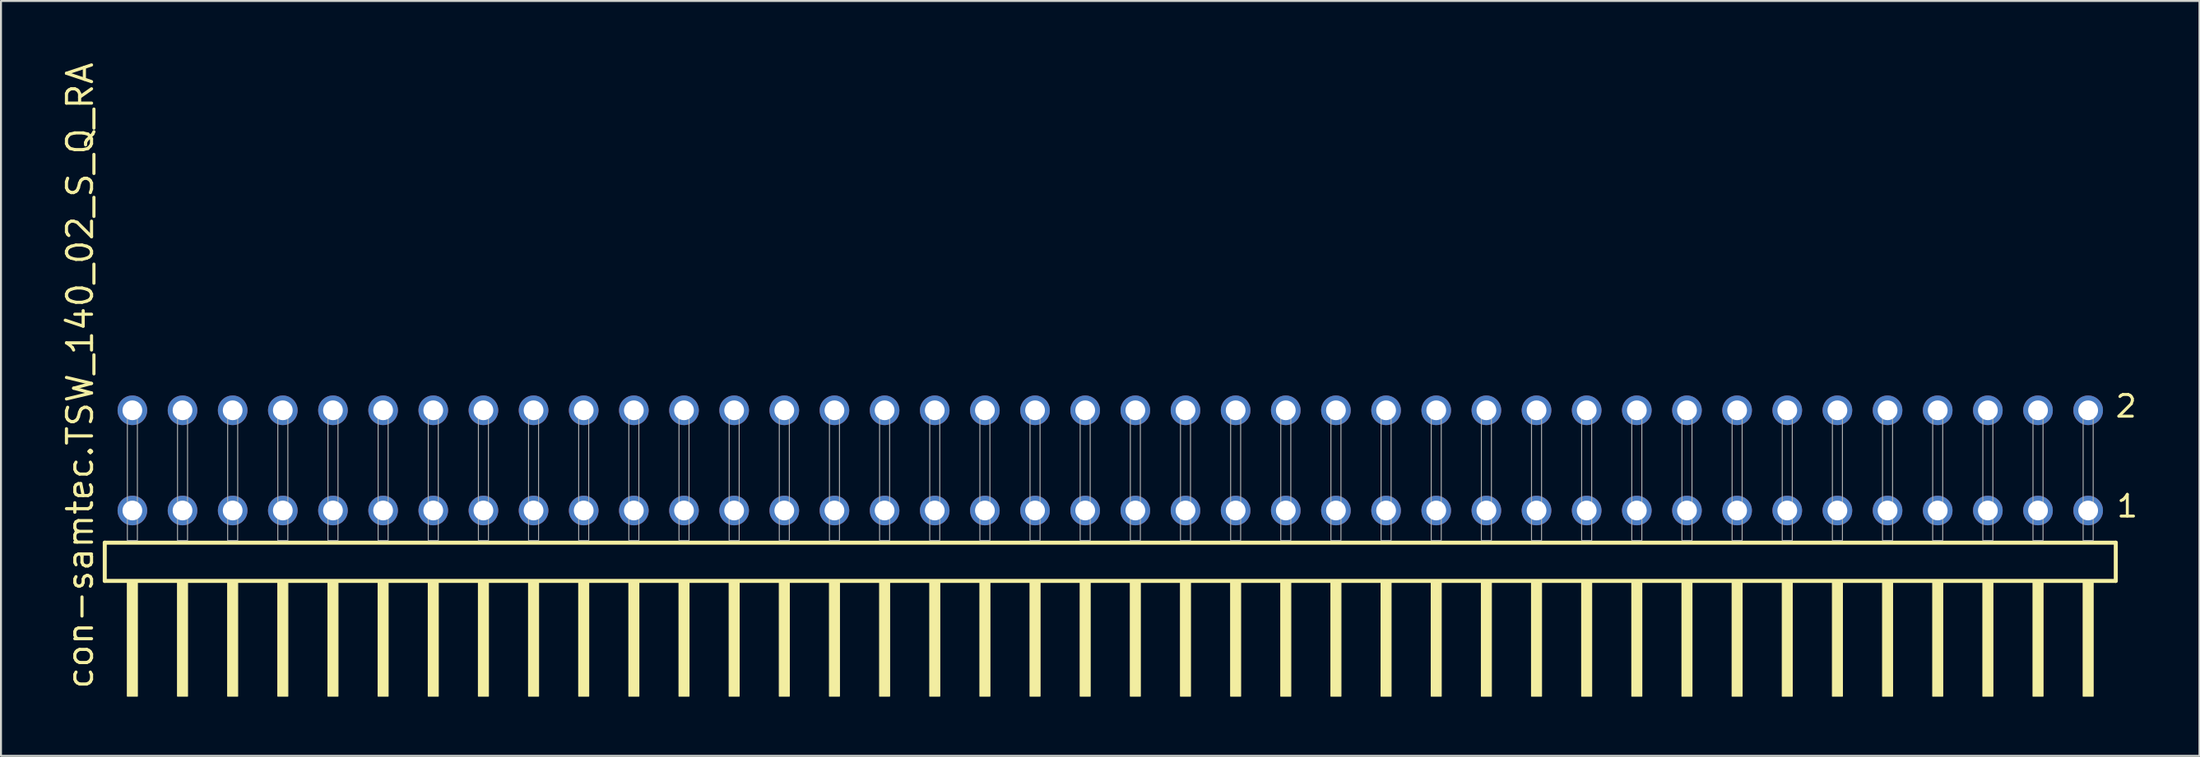
<source format=kicad_pcb>
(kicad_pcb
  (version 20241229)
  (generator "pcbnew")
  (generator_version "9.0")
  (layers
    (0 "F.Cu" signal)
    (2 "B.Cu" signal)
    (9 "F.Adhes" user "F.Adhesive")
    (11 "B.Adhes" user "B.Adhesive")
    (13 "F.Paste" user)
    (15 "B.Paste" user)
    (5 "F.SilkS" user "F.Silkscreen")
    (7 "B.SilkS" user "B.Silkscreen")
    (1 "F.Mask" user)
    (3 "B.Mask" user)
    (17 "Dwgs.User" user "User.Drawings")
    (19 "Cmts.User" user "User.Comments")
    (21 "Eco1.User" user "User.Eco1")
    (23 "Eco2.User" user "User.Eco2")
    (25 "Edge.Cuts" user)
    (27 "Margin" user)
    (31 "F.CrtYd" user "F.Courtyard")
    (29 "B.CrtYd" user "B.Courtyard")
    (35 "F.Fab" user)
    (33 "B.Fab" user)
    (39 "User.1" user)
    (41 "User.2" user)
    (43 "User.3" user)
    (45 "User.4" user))
  (footprint "con-samtec.TSW_140_02_S_Q_RA"
    (layer "F.Cu")
    (at 53.185 24.356)
    (property "Reference" "con-samtec.TSW_140_02_S_Q_RA" (at -51.435 7.62 90) (layer "F.SilkS") (effects (font (size 1.27 1.27) (thickness 0.16)) (justify left bottom)))
    (attr through_hole)
    (fp_line (start -50.929 0.106) (end -50.929 2.046) (stroke (width 0.203) (type default)) (layer "F.SilkS"))
    (fp_line (start -50.929 2.046) (end 50.929 2.046) (stroke (width 0.203) (type default)) (layer "F.SilkS"))
    (fp_line (start 50.929 0.106) (end -50.929 0.106) (stroke (width 0.203) (type default)) (layer "F.SilkS"))
    (fp_line (start 50.929 2.046) (end 50.929 0.106) (stroke (width 0.203) (type default)) (layer "F.SilkS"))
    (fp_rect (start -49.784 7.89) (end -49.276 2.04) (stroke (width 0.05) (type default)) (fill yes) (layer "F.SilkS"))
    (fp_rect (start -47.244 7.89) (end -46.736 2.04) (stroke (width 0.05) (type default)) (fill yes) (layer "F.SilkS"))
    (fp_rect (start -44.704 7.89) (end -44.196 2.04) (stroke (width 0.05) (type default)) (fill yes) (layer "F.SilkS"))
    (fp_rect (start -42.164 7.89) (end -41.656 2.04) (stroke (width 0.05) (type default)) (fill yes) (layer "F.SilkS"))
    (fp_rect (start -39.624 7.89) (end -39.116 2.04) (stroke (width 0.05) (type default)) (fill yes) (layer "F.SilkS"))
    (fp_rect (start -37.084 7.89) (end -36.576 2.04) (stroke (width 0.05) (type default)) (fill yes) (layer "F.SilkS"))
    (fp_rect (start -34.544 7.89) (end -34.036 2.04) (stroke (width 0.05) (type default)) (fill yes) (layer "F.SilkS"))
    (fp_rect (start -32.004 7.89) (end -31.496 2.04) (stroke (width 0.05) (type default)) (fill yes) (layer "F.SilkS"))
    (fp_rect (start -29.464 7.89) (end -28.956 2.04) (stroke (width 0.05) (type default)) (fill yes) (layer "F.SilkS"))
    (fp_rect (start -26.924 7.89) (end -26.416 2.04) (stroke (width 0.05) (type default)) (fill yes) (layer "F.SilkS"))
    (fp_rect (start -24.384 7.89) (end -23.876 2.04) (stroke (width 0.05) (type default)) (fill yes) (layer "F.SilkS"))
    (fp_rect (start -21.844 7.89) (end -21.336 2.04) (stroke (width 0.05) (type default)) (fill yes) (layer "F.SilkS"))
    (fp_rect (start -19.304 7.89) (end -18.796 2.04) (stroke (width 0.05) (type default)) (fill yes) (layer "F.SilkS"))
    (fp_rect (start -16.764 7.89) (end -16.256 2.04) (stroke (width 0.05) (type default)) (fill yes) (layer "F.SilkS"))
    (fp_rect (start -14.224 7.89) (end -13.716 2.04) (stroke (width 0.05) (type default)) (fill yes) (layer "F.SilkS"))
    (fp_rect (start -11.684 7.89) (end -11.176 2.04) (stroke (width 0.05) (type default)) (fill yes) (layer "F.SilkS"))
    (fp_rect (start -9.144 7.89) (end -8.636 2.04) (stroke (width 0.05) (type default)) (fill yes) (layer "F.SilkS"))
    (fp_rect (start -6.604 7.89) (end -6.096 2.04) (stroke (width 0.05) (type default)) (fill yes) (layer "F.SilkS"))
    (fp_rect (start -4.064 7.89) (end -3.556 2.04) (stroke (width 0.05) (type default)) (fill yes) (layer "F.SilkS"))
    (fp_rect (start -1.524 7.89) (end -1.016 2.04) (stroke (width 0.05) (type default)) (fill yes) (layer "F.SilkS"))
    (fp_rect (start 1.016 7.89) (end 1.524 2.04) (stroke (width 0.05) (type default)) (fill yes) (layer "F.SilkS"))
    (fp_rect (start 3.556 7.89) (end 4.064 2.04) (stroke (width 0.05) (type default)) (fill yes) (layer "F.SilkS"))
    (fp_rect (start 6.096 7.89) (end 6.604 2.04) (stroke (width 0.05) (type default)) (fill yes) (layer "F.SilkS"))
    (fp_rect (start 8.636 7.89) (end 9.144 2.04) (stroke (width 0.05) (type default)) (fill yes) (layer "F.SilkS"))
    (fp_rect (start 11.176 7.89) (end 11.684 2.04) (stroke (width 0.05) (type default)) (fill yes) (layer "F.SilkS"))
    (fp_rect (start 13.716 7.89) (end 14.224 2.04) (stroke (width 0.05) (type default)) (fill yes) (layer "F.SilkS"))
    (fp_rect (start 16.256 7.89) (end 16.764 2.04) (stroke (width 0.05) (type default)) (fill yes) (layer "F.SilkS"))
    (fp_rect (start 18.796 7.89) (end 19.304 2.04) (stroke (width 0.05) (type default)) (fill yes) (layer "F.SilkS"))
    (fp_rect (start 21.336 7.89) (end 21.844 2.04) (stroke (width 0.05) (type default)) (fill yes) (layer "F.SilkS"))
    (fp_rect (start 23.876 7.89) (end 24.384 2.04) (stroke (width 0.05) (type default)) (fill yes) (layer "F.SilkS"))
    (fp_rect (start 26.416 7.89) (end 26.924 2.04) (stroke (width 0.05) (type default)) (fill yes) (layer "F.SilkS"))
    (fp_rect (start 28.956 7.89) (end 29.464 2.04) (stroke (width 0.05) (type default)) (fill yes) (layer "F.SilkS"))
    (fp_rect (start 31.496 7.89) (end 32.004 2.04) (stroke (width 0.05) (type default)) (fill yes) (layer "F.SilkS"))
    (fp_rect (start 34.036 7.89) (end 34.544 2.04) (stroke (width 0.05) (type default)) (fill yes) (layer "F.SilkS"))
    (fp_rect (start 36.576 7.89) (end 37.084 2.04) (stroke (width 0.05) (type default)) (fill yes) (layer "F.SilkS"))
    (fp_rect (start 39.116 7.89) (end 39.624 2.04) (stroke (width 0.05) (type default)) (fill yes) (layer "F.SilkS"))
    (fp_rect (start 41.656 7.89) (end 42.164 2.04) (stroke (width 0.05) (type default)) (fill yes) (layer "F.SilkS"))
    (fp_rect (start 44.196 7.89) (end 44.704 2.04) (stroke (width 0.05) (type default)) (fill yes) (layer "F.SilkS"))
    (fp_rect (start 46.736 7.89) (end 47.244 2.04) (stroke (width 0.05) (type default)) (fill yes) (layer "F.SilkS"))
    (fp_rect (start 49.276 7.89) (end 49.784 2.04) (stroke (width 0.05) (type default)) (fill yes) (layer "F.SilkS"))
    (fp_rect (start -49.784 0) (end -49.276 -6.858) (stroke (width 0.05) (type default)) (fill no) (layer "F.Fab"))
    (fp_rect (start -47.244 0) (end -46.736 -6.858) (stroke (width 0.05) (type default)) (fill no) (layer "F.Fab"))
    (fp_rect (start -44.704 0) (end -44.196 -6.858) (stroke (width 0.05) (type default)) (fill no) (layer "F.Fab"))
    (fp_rect (start -42.164 0) (end -41.656 -6.858) (stroke (width 0.05) (type default)) (fill no) (layer "F.Fab"))
    (fp_rect (start -39.624 0) (end -39.116 -6.858) (stroke (width 0.05) (type default)) (fill no) (layer "F.Fab"))
    (fp_rect (start -37.084 0) (end -36.576 -6.858) (stroke (width 0.05) (type default)) (fill no) (layer "F.Fab"))
    (fp_rect (start -34.544 0) (end -34.036 -6.858) (stroke (width 0.05) (type default)) (fill no) (layer "F.Fab"))
    (fp_rect (start -32.004 0) (end -31.496 -6.858) (stroke (width 0.05) (type default)) (fill no) (layer "F.Fab"))
    (fp_rect (start -29.464 0) (end -28.956 -6.858) (stroke (width 0.05) (type default)) (fill no) (layer "F.Fab"))
    (fp_rect (start -26.924 0) (end -26.416 -6.858) (stroke (width 0.05) (type default)) (fill no) (layer "F.Fab"))
    (fp_rect (start -24.384 0) (end -23.876 -6.858) (stroke (width 0.05) (type default)) (fill no) (layer "F.Fab"))
    (fp_rect (start -21.844 0) (end -21.336 -6.858) (stroke (width 0.05) (type default)) (fill no) (layer "F.Fab"))
    (fp_rect (start -19.304 0) (end -18.796 -6.858) (stroke (width 0.05) (type default)) (fill no) (layer "F.Fab"))
    (fp_rect (start -16.764 0) (end -16.256 -6.858) (stroke (width 0.05) (type default)) (fill no) (layer "F.Fab"))
    (fp_rect (start -14.224 0) (end -13.716 -6.858) (stroke (width 0.05) (type default)) (fill no) (layer "F.Fab"))
    (fp_rect (start -11.684 0) (end -11.176 -6.858) (stroke (width 0.05) (type default)) (fill no) (layer "F.Fab"))
    (fp_rect (start -9.144 0) (end -8.636 -6.858) (stroke (width 0.05) (type default)) (fill no) (layer "F.Fab"))
    (fp_rect (start -6.604 0) (end -6.096 -6.858) (stroke (width 0.05) (type default)) (fill no) (layer "F.Fab"))
    (fp_rect (start -4.064 0) (end -3.556 -6.858) (stroke (width 0.05) (type default)) (fill no) (layer "F.Fab"))
    (fp_rect (start -1.524 0) (end -1.016 -6.858) (stroke (width 0.05) (type default)) (fill no) (layer "F.Fab"))
    (fp_rect (start 1.016 0) (end 1.524 -6.858) (stroke (width 0.05) (type default)) (fill no) (layer "F.Fab"))
    (fp_rect (start 3.556 0) (end 4.064 -6.858) (stroke (width 0.05) (type default)) (fill no) (layer "F.Fab"))
    (fp_rect (start 6.096 0) (end 6.604 -6.858) (stroke (width 0.05) (type default)) (fill no) (layer "F.Fab"))
    (fp_rect (start 8.636 0) (end 9.144 -6.858) (stroke (width 0.05) (type default)) (fill no) (layer "F.Fab"))
    (fp_rect (start 11.176 0) (end 11.684 -6.858) (stroke (width 0.05) (type default)) (fill no) (layer "F.Fab"))
    (fp_rect (start 13.716 0) (end 14.224 -6.858) (stroke (width 0.05) (type default)) (fill no) (layer "F.Fab"))
    (fp_rect (start 16.256 0) (end 16.764 -6.858) (stroke (width 0.05) (type default)) (fill no) (layer "F.Fab"))
    (fp_rect (start 18.796 0) (end 19.304 -6.858) (stroke (width 0.05) (type default)) (fill no) (layer "F.Fab"))
    (fp_rect (start 21.336 0) (end 21.844 -6.858) (stroke (width 0.05) (type default)) (fill no) (layer "F.Fab"))
    (fp_rect (start 23.876 0) (end 24.384 -6.858) (stroke (width 0.05) (type default)) (fill no) (layer "F.Fab"))
    (fp_rect (start 26.416 0) (end 26.924 -6.858) (stroke (width 0.05) (type default)) (fill no) (layer "F.Fab"))
    (fp_rect (start 28.956 0) (end 29.464 -6.858) (stroke (width 0.05) (type default)) (fill no) (layer "F.Fab"))
    (fp_rect (start 31.496 0) (end 32.004 -6.858) (stroke (width 0.05) (type default)) (fill no) (layer "F.Fab"))
    (fp_rect (start 34.036 0) (end 34.544 -6.858) (stroke (width 0.05) (type default)) (fill no) (layer "F.Fab"))
    (fp_rect (start 36.576 0) (end 37.084 -6.858) (stroke (width 0.05) (type default)) (fill no) (layer "F.Fab"))
    (fp_rect (start 39.116 0) (end 39.624 -6.858) (stroke (width 0.05) (type default)) (fill no) (layer "F.Fab"))
    (fp_rect (start 41.656 0) (end 42.164 -6.858) (stroke (width 0.05) (type default)) (fill no) (layer "F.Fab"))
    (fp_rect (start 44.196 0) (end 44.704 -6.858) (stroke (width 0.05) (type default)) (fill no) (layer "F.Fab"))
    (fp_rect (start 46.736 0) (end 47.244 -6.858) (stroke (width 0.05) (type default)) (fill no) (layer "F.Fab"))
    (fp_rect (start 49.276 0) (end 49.784 -6.858) (stroke (width 0.05) (type default)) (fill no) (layer "F.Fab"))
    (fp_text user "2" (at 50.83 -6.165 0) (layer "F.SilkS") (effects (font (size 1.1 1.1) (thickness 0.15)) (justify left bottom)))
    (fp_text user "1" (at 50.89 -1.1 0) (layer "F.SilkS") (effects (font (size 1.1 1.1) (thickness 0.15)) (justify left bottom)))
    (pad "1" thru_hole circle (at 49.53 -1.524 180) (size 1.5 1.5) (drill 1) (layers "*.Cu" "*.Mask"))
    (pad "2" thru_hole circle (at 49.53 -6.604 180) (size 1.5 1.5) (drill 1) (layers "*.Cu" "*.Mask"))
    (pad "3" thru_hole circle (at 46.99 -1.524 180) (size 1.5 1.5) (drill 1) (layers "*.Cu" "*.Mask"))
    (pad "4" thru_hole circle (at 46.99 -6.604 180) (size 1.5 1.5) (drill 1) (layers "*.Cu" "*.Mask"))
    (pad "5" thru_hole circle (at 44.45 -1.524 180) (size 1.5 1.5) (drill 1) (layers "*.Cu" "*.Mask"))
    (pad "6" thru_hole circle (at 44.45 -6.604 180) (size 1.5 1.5) (drill 1) (layers "*.Cu" "*.Mask"))
    (pad "7" thru_hole circle (at 41.91 -1.524 180) (size 1.5 1.5) (drill 1) (layers "*.Cu" "*.Mask"))
    (pad "8" thru_hole circle (at 41.91 -6.604 180) (size 1.5 1.5) (drill 1) (layers "*.Cu" "*.Mask"))
    (pad "9" thru_hole circle (at 39.37 -1.524 180) (size 1.5 1.5) (drill 1) (layers "*.Cu" "*.Mask"))
    (pad "10" thru_hole circle (at 39.37 -6.604 180) (size 1.5 1.5) (drill 1) (layers "*.Cu" "*.Mask"))
    (pad "11" thru_hole circle (at 36.83 -1.524 180) (size 1.5 1.5) (drill 1) (layers "*.Cu" "*.Mask"))
    (pad "12" thru_hole circle (at 36.83 -6.604 180) (size 1.5 1.5) (drill 1) (layers "*.Cu" "*.Mask"))
    (pad "13" thru_hole circle (at 34.29 -1.524 180) (size 1.5 1.5) (drill 1) (layers "*.Cu" "*.Mask"))
    (pad "14" thru_hole circle (at 34.29 -6.604 180) (size 1.5 1.5) (drill 1) (layers "*.Cu" "*.Mask"))
    (pad "15" thru_hole circle (at 31.75 -1.524 180) (size 1.5 1.5) (drill 1) (layers "*.Cu" "*.Mask"))
    (pad "16" thru_hole circle (at 31.75 -6.604 180) (size 1.5 1.5) (drill 1) (layers "*.Cu" "*.Mask"))
    (pad "17" thru_hole circle (at 29.21 -1.524 180) (size 1.5 1.5) (drill 1) (layers "*.Cu" "*.Mask"))
    (pad "18" thru_hole circle (at 29.21 -6.604 180) (size 1.5 1.5) (drill 1) (layers "*.Cu" "*.Mask"))
    (pad "19" thru_hole circle (at 26.67 -1.524 180) (size 1.5 1.5) (drill 1) (layers "*.Cu" "*.Mask"))
    (pad "20" thru_hole circle (at 26.67 -6.604 180) (size 1.5 1.5) (drill 1) (layers "*.Cu" "*.Mask"))
    (pad "21" thru_hole circle (at 24.13 -1.524 180) (size 1.5 1.5) (drill 1) (layers "*.Cu" "*.Mask"))
    (pad "22" thru_hole circle (at 24.13 -6.604 180) (size 1.5 1.5) (drill 1) (layers "*.Cu" "*.Mask"))
    (pad "23" thru_hole circle (at 21.59 -1.524 180) (size 1.5 1.5) (drill 1) (layers "*.Cu" "*.Mask"))
    (pad "24" thru_hole circle (at 21.59 -6.604 180) (size 1.5 1.5) (drill 1) (layers "*.Cu" "*.Mask"))
    (pad "25" thru_hole circle (at 19.05 -1.524 180) (size 1.5 1.5) (drill 1) (layers "*.Cu" "*.Mask"))
    (pad "26" thru_hole circle (at 19.05 -6.604 180) (size 1.5 1.5) (drill 1) (layers "*.Cu" "*.Mask"))
    (pad "27" thru_hole circle (at 16.51 -1.524 180) (size 1.5 1.5) (drill 1) (layers "*.Cu" "*.Mask"))
    (pad "28" thru_hole circle (at 16.51 -6.604 180) (size 1.5 1.5) (drill 1) (layers "*.Cu" "*.Mask"))
    (pad "29" thru_hole circle (at 13.97 -1.524 180) (size 1.5 1.5) (drill 1) (layers "*.Cu" "*.Mask"))
    (pad "30" thru_hole circle (at 13.97 -6.604 180) (size 1.5 1.5) (drill 1) (layers "*.Cu" "*.Mask"))
    (pad "31" thru_hole circle (at 11.43 -1.524 180) (size 1.5 1.5) (drill 1) (layers "*.Cu" "*.Mask"))
    (pad "32" thru_hole circle (at 11.43 -6.604 180) (size 1.5 1.5) (drill 1) (layers "*.Cu" "*.Mask"))
    (pad "33" thru_hole circle (at 8.89 -1.524 180) (size 1.5 1.5) (drill 1) (layers "*.Cu" "*.Mask"))
    (pad "34" thru_hole circle (at 8.89 -6.604 180) (size 1.5 1.5) (drill 1) (layers "*.Cu" "*.Mask"))
    (pad "35" thru_hole circle (at 6.35 -1.524 180) (size 1.5 1.5) (drill 1) (layers "*.Cu" "*.Mask"))
    (pad "36" thru_hole circle (at 6.35 -6.604 180) (size 1.5 1.5) (drill 1) (layers "*.Cu" "*.Mask"))
    (pad "37" thru_hole circle (at 3.81 -1.524 180) (size 1.5 1.5) (drill 1) (layers "*.Cu" "*.Mask"))
    (pad "38" thru_hole circle (at 3.81 -6.604 180) (size 1.5 1.5) (drill 1) (layers "*.Cu" "*.Mask"))
    (pad "39" thru_hole circle (at 1.27 -1.524 180) (size 1.5 1.5) (drill 1) (layers "*.Cu" "*.Mask"))
    (pad "40" thru_hole circle (at 1.27 -6.604 180) (size 1.5 1.5) (drill 1) (layers "*.Cu" "*.Mask"))
    (pad "41" thru_hole circle (at -1.27 -1.524 180) (size 1.5 1.5) (drill 1) (layers "*.Cu" "*.Mask"))
    (pad "42" thru_hole circle (at -1.27 -6.604 180) (size 1.5 1.5) (drill 1) (layers "*.Cu" "*.Mask"))
    (pad "43" thru_hole circle (at -3.81 -1.524 180) (size 1.5 1.5) (drill 1) (layers "*.Cu" "*.Mask"))
    (pad "44" thru_hole circle (at -3.81 -6.604 180) (size 1.5 1.5) (drill 1) (layers "*.Cu" "*.Mask"))
    (pad "45" thru_hole circle (at -6.35 -1.524 180) (size 1.5 1.5) (drill 1) (layers "*.Cu" "*.Mask"))
    (pad "46" thru_hole circle (at -6.35 -6.604 180) (size 1.5 1.5) (drill 1) (layers "*.Cu" "*.Mask"))
    (pad "47" thru_hole circle (at -8.89 -1.524 180) (size 1.5 1.5) (drill 1) (layers "*.Cu" "*.Mask"))
    (pad "48" thru_hole circle (at -8.89 -6.604 180) (size 1.5 1.5) (drill 1) (layers "*.Cu" "*.Mask"))
    (pad "49" thru_hole circle (at -11.43 -1.524 180) (size 1.5 1.5) (drill 1) (layers "*.Cu" "*.Mask"))
    (pad "50" thru_hole circle (at -11.43 -6.604 180) (size 1.5 1.5) (drill 1) (layers "*.Cu" "*.Mask"))
    (pad "51" thru_hole circle (at -13.97 -1.524 180) (size 1.5 1.5) (drill 1) (layers "*.Cu" "*.Mask"))
    (pad "52" thru_hole circle (at -13.97 -6.604 180) (size 1.5 1.5) (drill 1) (layers "*.Cu" "*.Mask"))
    (pad "53" thru_hole circle (at -16.51 -1.524 180) (size 1.5 1.5) (drill 1) (layers "*.Cu" "*.Mask"))
    (pad "54" thru_hole circle (at -16.51 -6.604 180) (size 1.5 1.5) (drill 1) (layers "*.Cu" "*.Mask"))
    (pad "55" thru_hole circle (at -19.05 -1.524 180) (size 1.5 1.5) (drill 1) (layers "*.Cu" "*.Mask"))
    (pad "56" thru_hole circle (at -19.05 -6.604 180) (size 1.5 1.5) (drill 1) (layers "*.Cu" "*.Mask"))
    (pad "57" thru_hole circle (at -21.59 -1.524 180) (size 1.5 1.5) (drill 1) (layers "*.Cu" "*.Mask"))
    (pad "58" thru_hole circle (at -21.59 -6.604 180) (size 1.5 1.5) (drill 1) (layers "*.Cu" "*.Mask"))
    (pad "59" thru_hole circle (at -24.13 -1.524 180) (size 1.5 1.5) (drill 1) (layers "*.Cu" "*.Mask"))
    (pad "60" thru_hole circle (at -24.13 -6.604 180) (size 1.5 1.5) (drill 1) (layers "*.Cu" "*.Mask"))
    (pad "61" thru_hole circle (at -26.67 -1.524 180) (size 1.5 1.5) (drill 1) (layers "*.Cu" "*.Mask"))
    (pad "62" thru_hole circle (at -26.67 -6.604 180) (size 1.5 1.5) (drill 1) (layers "*.Cu" "*.Mask"))
    (pad "63" thru_hole circle (at -29.21 -1.524 180) (size 1.5 1.5) (drill 1) (layers "*.Cu" "*.Mask"))
    (pad "64" thru_hole circle (at -29.21 -6.604 180) (size 1.5 1.5) (drill 1) (layers "*.Cu" "*.Mask"))
    (pad "65" thru_hole circle (at -31.75 -1.524 180) (size 1.5 1.5) (drill 1) (layers "*.Cu" "*.Mask"))
    (pad "66" thru_hole circle (at -31.75 -6.604 180) (size 1.5 1.5) (drill 1) (layers "*.Cu" "*.Mask"))
    (pad "67" thru_hole circle (at -34.29 -1.524 180) (size 1.5 1.5) (drill 1) (layers "*.Cu" "*.Mask"))
    (pad "68" thru_hole circle (at -34.29 -6.604 180) (size 1.5 1.5) (drill 1) (layers "*.Cu" "*.Mask"))
    (pad "69" thru_hole circle (at -36.83 -1.524 180) (size 1.5 1.5) (drill 1) (layers "*.Cu" "*.Mask"))
    (pad "70" thru_hole circle (at -36.83 -6.604 180) (size 1.5 1.5) (drill 1) (layers "*.Cu" "*.Mask"))
    (pad "71" thru_hole circle (at -39.37 -1.524 180) (size 1.5 1.5) (drill 1) (layers "*.Cu" "*.Mask"))
    (pad "72" thru_hole circle (at -39.37 -6.604 180) (size 1.5 1.5) (drill 1) (layers "*.Cu" "*.Mask"))
    (pad "73" thru_hole circle (at -41.91 -1.524 180) (size 1.5 1.5) (drill 1) (layers "*.Cu" "*.Mask"))
    (pad "74" thru_hole circle (at -41.91 -6.604 180) (size 1.5 1.5) (drill 1) (layers "*.Cu" "*.Mask"))
    (pad "75" thru_hole circle (at -44.45 -1.524 180) (size 1.5 1.5) (drill 1) (layers "*.Cu" "*.Mask"))
    (pad "76" thru_hole circle (at -44.45 -6.604 180) (size 1.5 1.5) (drill 1) (layers "*.Cu" "*.Mask"))
    (pad "77" thru_hole circle (at -46.99 -1.524 180) (size 1.5 1.5) (drill 1) (layers "*.Cu" "*.Mask"))
    (pad "78" thru_hole circle (at -46.99 -6.604 180) (size 1.5 1.5) (drill 1) (layers "*.Cu" "*.Mask"))
    (pad "79" thru_hole circle (at -49.53 -1.524 180) (size 1.5 1.5) (drill 1) (layers "*.Cu" "*.Mask"))
    (pad "80" thru_hole circle (at -49.53 -6.604 180) (size 1.5 1.5) (drill 1) (layers "*.Cu" "*.Mask")))
  (gr_rect
    (start -3 -3)
    (end 108.353 35.271)
    (stroke (width 0.1) (type default))
    (fill no)
    (layer "Edge.Cuts")))
</source>
